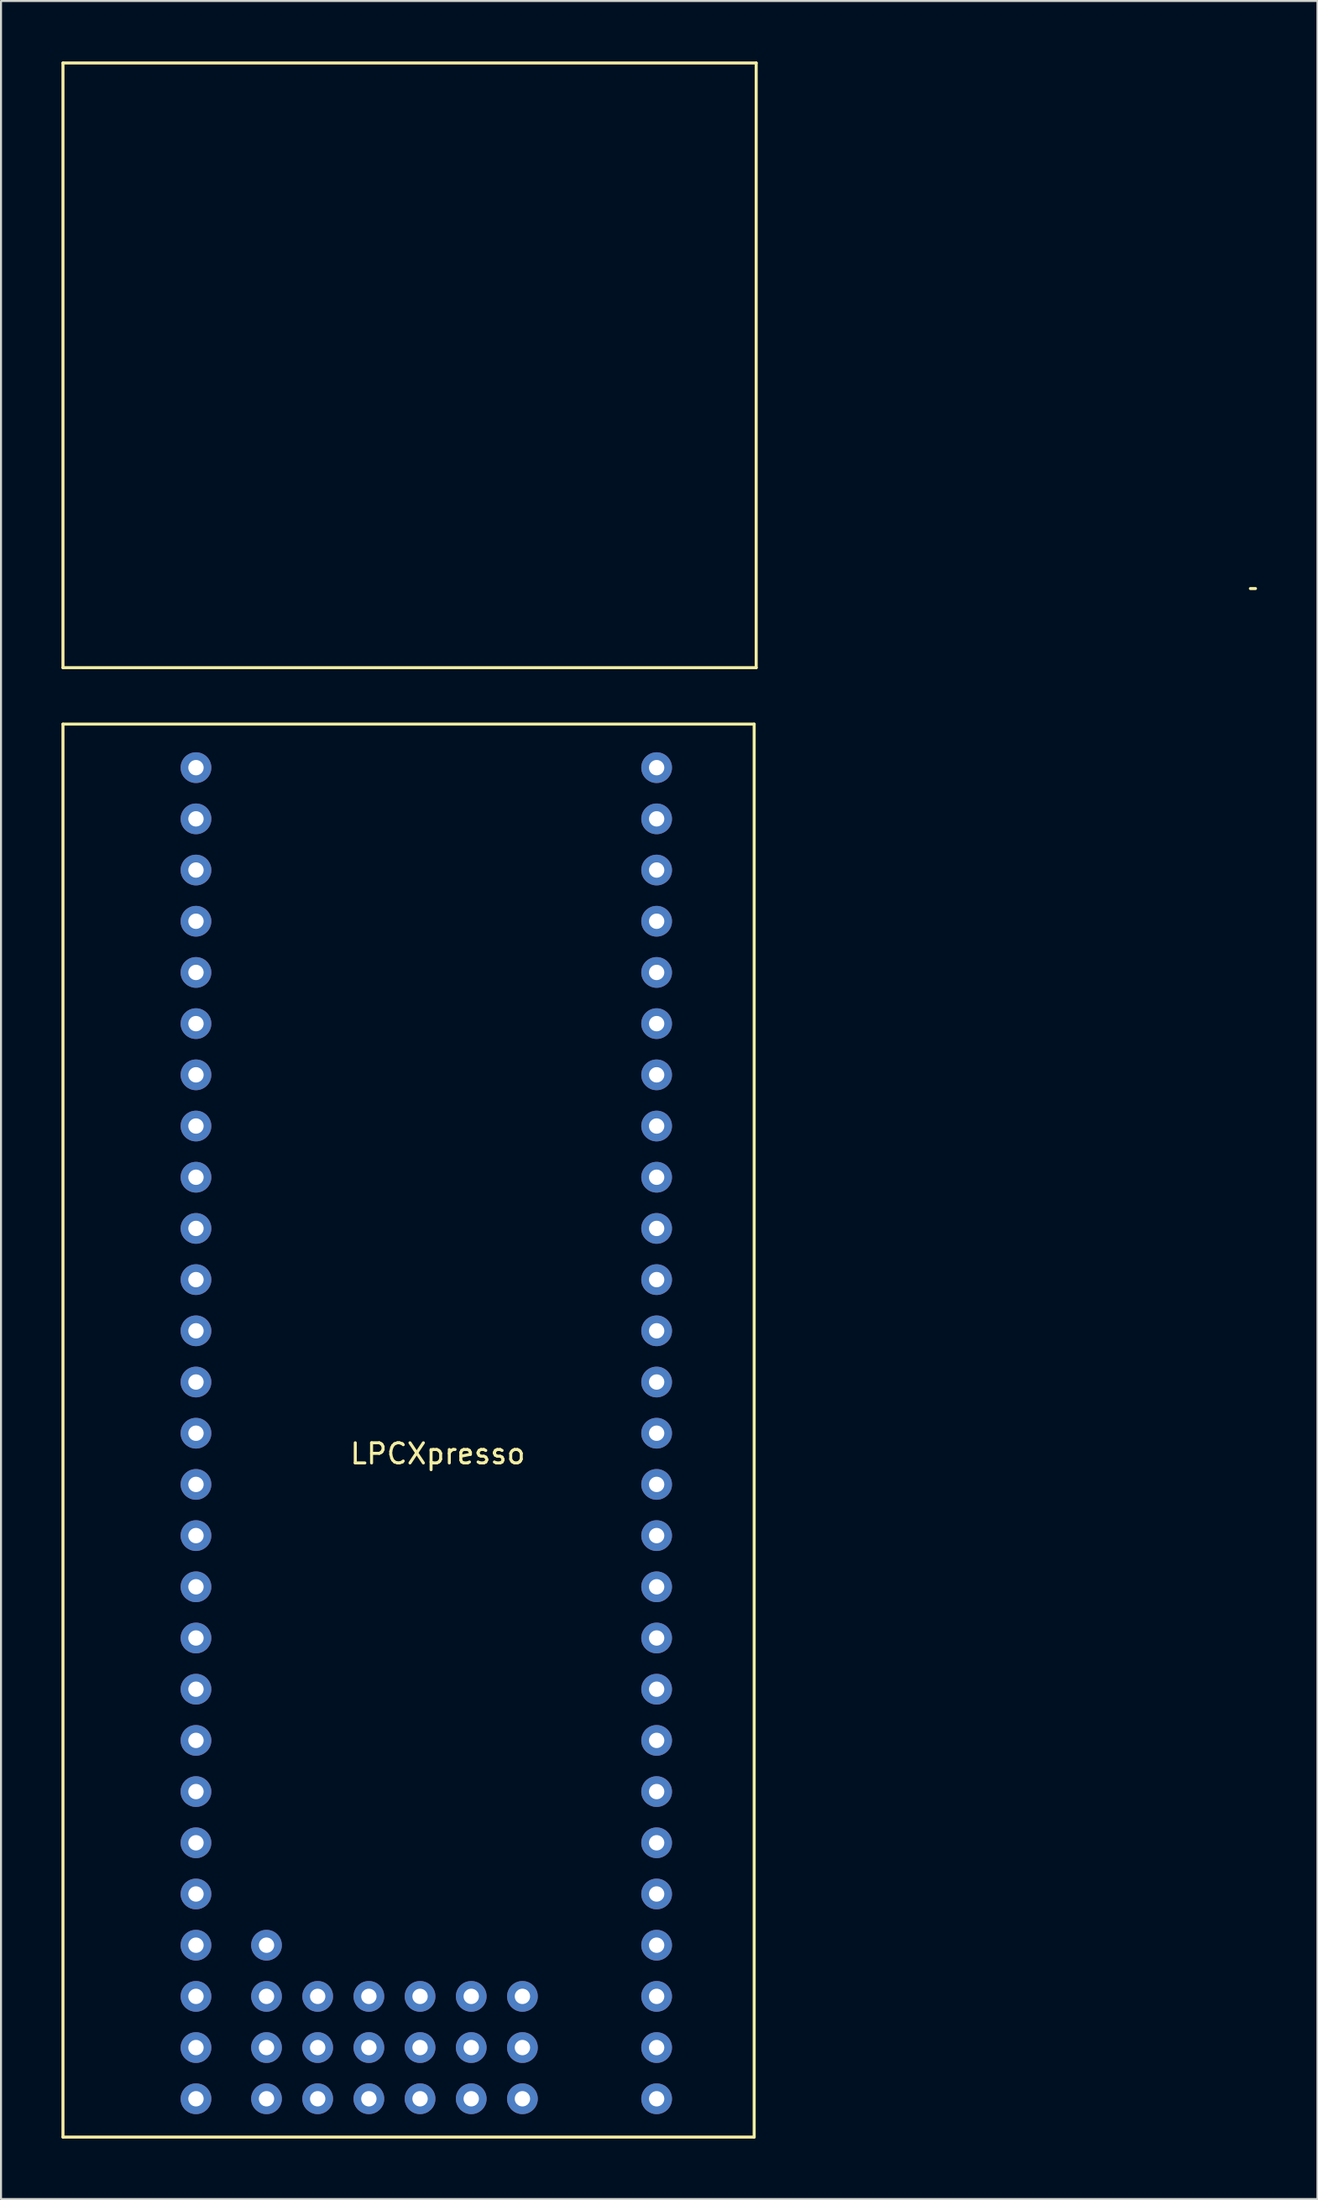
<source format=kicad_pcb>
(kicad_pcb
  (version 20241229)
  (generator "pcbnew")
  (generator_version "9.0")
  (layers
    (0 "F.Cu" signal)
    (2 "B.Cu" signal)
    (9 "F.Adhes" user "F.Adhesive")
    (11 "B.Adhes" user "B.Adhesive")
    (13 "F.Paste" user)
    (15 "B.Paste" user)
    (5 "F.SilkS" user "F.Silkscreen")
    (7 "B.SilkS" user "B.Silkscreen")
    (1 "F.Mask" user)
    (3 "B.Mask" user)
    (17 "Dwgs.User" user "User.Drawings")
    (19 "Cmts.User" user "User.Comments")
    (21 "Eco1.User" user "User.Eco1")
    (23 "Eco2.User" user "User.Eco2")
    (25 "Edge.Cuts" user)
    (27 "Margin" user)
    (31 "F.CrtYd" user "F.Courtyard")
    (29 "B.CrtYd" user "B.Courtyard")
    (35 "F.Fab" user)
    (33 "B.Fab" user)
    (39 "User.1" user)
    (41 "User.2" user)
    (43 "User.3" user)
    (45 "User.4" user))
  (footprint "LPCXpresso"
    (layer "F.Cu")
    (at 6.675 101.075)
    (property "Reference" "LPCXpresso" (at 12 -32 0) (layer "F.SilkS") (effects (font (size 1 1) (thickness 0.15))))
    (attr through_hole)
    (fp_line (start -6.6 -101) (end 27.8 -101) (stroke (width 0.15) (type solid)) (layer "F.SilkS"))
    (fp_line (start -6.6 -71) (end -6.6 -101) (stroke (width 0.15) (type solid)) (layer "F.SilkS"))
    (fp_line (start -6.6 -71) (end 27.8 -71) (stroke (width 0.15) (type solid)) (layer "F.SilkS"))
    (fp_line (start -6.6 -68.2) (end -6.6 1.9) (stroke (width 0.15) (type solid)) (layer "F.SilkS"))
    (fp_line (start -6.6 -68.2) (end 27.7 -68.2) (stroke (width 0.15) (type solid)) (layer "F.SilkS"))
    (fp_line (start -6.6 1.9) (end 27.7 1.9) (stroke (width 0.15) (type solid)) (layer "F.SilkS"))
    (fp_line (start 27.7 -68.2) (end 27.7 1.9) (stroke (width 0.15) (type solid)) (layer "F.SilkS"))
    (fp_line (start 27.8 -71) (end 27.8 -101) (stroke (width 0.15) (type solid)) (layer "F.SilkS"))
    (fp_line (start 52.578 -74.926) (end 52.324 -74.926) (stroke (width 0.15) (type solid)) (layer "F.SilkS"))
    (pad "1" thru_hole circle (at 0 -66.04) (size 1.524 1.524) (drill 0.762) (layers "*.Cu" "*.Mask"))
    (pad "2" thru_hole circle (at 0 -63.5) (size 1.524 1.524) (drill 0.762) (layers "*.Cu" "*.Mask"))
    (pad "3" thru_hole circle (at 0 -60.96) (size 1.524 1.524) (drill 0.762) (layers "*.Cu" "*.Mask"))
    (pad "4" thru_hole circle (at 0 -58.42) (size 1.524 1.524) (drill 0.762) (layers "*.Cu" "*.Mask"))
    (pad "5" thru_hole circle (at 0 -55.88) (size 1.524 1.524) (drill 0.762) (layers "*.Cu" "*.Mask"))
    (pad "6" thru_hole circle (at 0 -53.34) (size 1.524 1.524) (drill 0.762) (layers "*.Cu" "*.Mask"))
    (pad "7" thru_hole circle (at 0 -50.8) (size 1.524 1.524) (drill 0.762) (layers "*.Cu" "*.Mask"))
    (pad "8" thru_hole circle (at 0 -48.26) (size 1.524 1.524) (drill 0.762) (layers "*.Cu" "*.Mask"))
    (pad "9" thru_hole circle (at 0 -45.72) (size 1.524 1.524) (drill 0.762) (layers "*.Cu" "*.Mask"))
    (pad "10" thru_hole circle (at 0 -43.18) (size 1.524 1.524) (drill 0.762) (layers "*.Cu" "*.Mask"))
    (pad "11" thru_hole circle (at 0 -40.64) (size 1.524 1.524) (drill 0.762) (layers "*.Cu" "*.Mask"))
    (pad "12" thru_hole circle (at 0 -38.1) (size 1.524 1.524) (drill 0.762) (layers "*.Cu" "*.Mask"))
    (pad "13" thru_hole circle (at 0 -35.56) (size 1.524 1.524) (drill 0.762) (layers "*.Cu" "*.Mask"))
    (pad "14" thru_hole circle (at 0 -33.02) (size 1.524 1.524) (drill 0.762) (layers "*.Cu" "*.Mask"))
    (pad "15" thru_hole circle (at 0 -30.48) (size 1.524 1.524) (drill 0.762) (layers "*.Cu" "*.Mask"))
    (pad "16" thru_hole circle (at 0 -27.94) (size 1.524 1.524) (drill 0.762) (layers "*.Cu" "*.Mask"))
    (pad "17" thru_hole circle (at 0 -25.4) (size 1.524 1.524) (drill 0.762) (layers "*.Cu" "*.Mask"))
    (pad "18" thru_hole circle (at 0 -22.86) (size 1.524 1.524) (drill 0.762) (layers "*.Cu" "*.Mask"))
    (pad "19" thru_hole circle (at 0 -20.32) (size 1.524 1.524) (drill 0.762) (layers "*.Cu" "*.Mask"))
    (pad "20" thru_hole circle (at 0 -17.78) (size 1.524 1.524) (drill 0.762) (layers "*.Cu" "*.Mask"))
    (pad "21" thru_hole circle (at 0 -15.24) (size 1.524 1.524) (drill 0.762) (layers "*.Cu" "*.Mask"))
    (pad "22" thru_hole circle (at 0 -12.7) (size 1.524 1.524) (drill 0.762) (layers "*.Cu" "*.Mask"))
    (pad "23" thru_hole circle (at 0 -10.16) (size 1.524 1.524) (drill 0.762) (layers "*.Cu" "*.Mask"))
    (pad "24" thru_hole circle (at 0 -7.62) (size 1.524 1.524) (drill 0.762) (layers "*.Cu" "*.Mask"))
    (pad "25" thru_hole circle (at 0 -5.08) (size 1.524 1.524) (drill 0.762) (layers "*.Cu" "*.Mask"))
    (pad "26" thru_hole circle (at 0 -2.54) (size 1.524 1.524) (drill 0.762) (layers "*.Cu" "*.Mask"))
    (pad "27" thru_hole circle (at 0 0) (size 1.524 1.524) (drill 0.762) (layers "*.Cu" "*.Mask"))
    (pad "28" thru_hole circle (at 22.86 -66.04) (size 1.524 1.524) (drill 0.762) (layers "*.Cu" "*.Mask"))
    (pad "29" thru_hole circle (at 22.86 -63.5) (size 1.524 1.524) (drill 0.762) (layers "*.Cu" "*.Mask"))
    (pad "30" thru_hole circle (at 22.86 -60.96) (size 1.524 1.524) (drill 0.762) (layers "*.Cu" "*.Mask"))
    (pad "31" thru_hole circle (at 22.86 -58.42) (size 1.524 1.524) (drill 0.762) (layers "*.Cu" "*.Mask"))
    (pad "32" thru_hole circle (at 22.86 -55.88) (size 1.524 1.524) (drill 0.762) (layers "*.Cu" "*.Mask"))
    (pad "33" thru_hole circle (at 22.86 -53.34) (size 1.524 1.524) (drill 0.762) (layers "*.Cu" "*.Mask"))
    (pad "34" thru_hole circle (at 22.86 -50.8) (size 1.524 1.524) (drill 0.762) (layers "*.Cu" "*.Mask"))
    (pad "35" thru_hole circle (at 22.86 -48.26) (size 1.524 1.524) (drill 0.762) (layers "*.Cu" "*.Mask"))
    (pad "36" thru_hole circle (at 22.86 -45.72) (size 1.524 1.524) (drill 0.762) (layers "*.Cu" "*.Mask"))
    (pad "37" thru_hole circle (at 22.86 -43.18) (size 1.524 1.524) (drill 0.762) (layers "*.Cu" "*.Mask"))
    (pad "38" thru_hole circle (at 22.86 -40.64) (size 1.524 1.524) (drill 0.762) (layers "*.Cu" "*.Mask"))
    (pad "39" thru_hole circle (at 22.86 -38.1) (size 1.524 1.524) (drill 0.762) (layers "*.Cu" "*.Mask"))
    (pad "40" thru_hole circle (at 22.86 -35.56) (size 1.524 1.524) (drill 0.762) (layers "*.Cu" "*.Mask"))
    (pad "41" thru_hole circle (at 22.86 -33.02) (size 1.524 1.524) (drill 0.762) (layers "*.Cu" "*.Mask"))
    (pad "42" thru_hole circle (at 22.86 -30.48) (size 1.524 1.524) (drill 0.762) (layers "*.Cu" "*.Mask"))
    (pad "43" thru_hole circle (at 22.86 -27.94) (size 1.524 1.524) (drill 0.762) (layers "*.Cu" "*.Mask"))
    (pad "44" thru_hole circle (at 22.86 -25.4) (size 1.524 1.524) (drill 0.762) (layers "*.Cu" "*.Mask"))
    (pad "45" thru_hole circle (at 22.86 -22.86) (size 1.524 1.524) (drill 0.762) (layers "*.Cu" "*.Mask"))
    (pad "46" thru_hole circle (at 22.86 -20.32) (size 1.524 1.524) (drill 0.762) (layers "*.Cu" "*.Mask"))
    (pad "47" thru_hole circle (at 22.86 -17.78) (size 1.524 1.524) (drill 0.762) (layers "*.Cu" "*.Mask"))
    (pad "48" thru_hole circle (at 22.86 -15.24) (size 1.524 1.524) (drill 0.762) (layers "*.Cu" "*.Mask"))
    (pad "49" thru_hole circle (at 22.86 -12.7) (size 1.524 1.524) (drill 0.762) (layers "*.Cu" "*.Mask"))
    (pad "50" thru_hole circle (at 22.86 -10.16) (size 1.524 1.524) (drill 0.762) (layers "*.Cu" "*.Mask"))
    (pad "51" thru_hole circle (at 22.86 -7.62) (size 1.524 1.524) (drill 0.762) (layers "*.Cu" "*.Mask"))
    (pad "52" thru_hole circle (at 22.86 -5.08) (size 1.524 1.524) (drill 0.762) (layers "*.Cu" "*.Mask"))
    (pad "53" thru_hole circle (at 22.86 -2.54) (size 1.524 1.524) (drill 0.762) (layers "*.Cu" "*.Mask"))
    (pad "54" thru_hole circle (at 22.86 0) (size 1.524 1.524) (drill 0.762) (layers "*.Cu" "*.Mask"))
    (pad "P1" thru_hole circle (at 3.5 -7.62) (size 1.524 1.524) (drill 0.762) (layers "*.Cu" "*.Mask"))
    (pad "P2" thru_hole circle (at 3.5 -5.08) (size 1.524 1.524) (drill 0.762) (layers "*.Cu" "*.Mask"))
    (pad "P3" thru_hole circle (at 6.04 -5.08) (size 1.524 1.524) (drill 0.762) (layers "*.Cu" "*.Mask"))
    (pad "P4" thru_hole circle (at 8.58 -5.08) (size 1.524 1.524) (drill 0.762) (layers "*.Cu" "*.Mask"))
    (pad "P5" thru_hole circle (at 11.12 -5.08) (size 1.524 1.524) (drill 0.762) (layers "*.Cu" "*.Mask"))
    (pad "P6" thru_hole circle (at 13.66 -5.08) (size 1.524 1.524) (drill 0.762) (layers "*.Cu" "*.Mask"))
    (pad "P7" thru_hole circle (at 16.2 -5.08) (size 1.524 1.524) (drill 0.762) (layers "*.Cu" "*.Mask"))
    (pad "P8" thru_hole circle (at 3.5 -2.54) (size 1.524 1.524) (drill 0.762) (layers "*.Cu" "*.Mask"))
    (pad "P9" thru_hole circle (at 6.04 -2.54) (size 1.524 1.524) (drill 0.762) (layers "*.Cu" "*.Mask"))
    (pad "P10" thru_hole circle (at 8.58 -2.54) (size 1.524 1.524) (drill 0.762) (layers "*.Cu" "*.Mask"))
    (pad "P11" thru_hole circle (at 11.12 -2.54) (size 1.524 1.524) (drill 0.762) (layers "*.Cu" "*.Mask"))
    (pad "P12" thru_hole circle (at 13.66 -2.54) (size 1.524 1.524) (drill 0.762) (layers "*.Cu" "*.Mask"))
    (pad "P13" thru_hole circle (at 16.2 -2.54) (size 1.524 1.524) (drill 0.762) (layers "*.Cu" "*.Mask"))
    (pad "P14" thru_hole circle (at 3.5 0) (size 1.524 1.524) (drill 0.762) (layers "*.Cu" "*.Mask"))
    (pad "P15" thru_hole circle (at 6.04 0) (size 1.524 1.524) (drill 0.762) (layers "*.Cu" "*.Mask"))
    (pad "P16" thru_hole circle (at 8.58 0) (size 1.524 1.524) (drill 0.762) (layers "*.Cu" "*.Mask"))
    (pad "P17" thru_hole circle (at 11.12 0) (size 1.524 1.524) (drill 0.762) (layers "*.Cu" "*.Mask"))
    (pad "P18" thru_hole circle (at 13.66 0) (size 1.524 1.524) (drill 0.762) (layers "*.Cu" "*.Mask"))
    (pad "P19" thru_hole circle (at 16.2 0) (size 1.524 1.524) (drill 0.762) (layers "*.Cu" "*.Mask")))
  (gr_rect
    (start -3 -3)
    (end 62.328 106.05)
    (stroke (width 0.1) (type default))
    (fill no)
    (layer "Edge.Cuts")))
</source>
